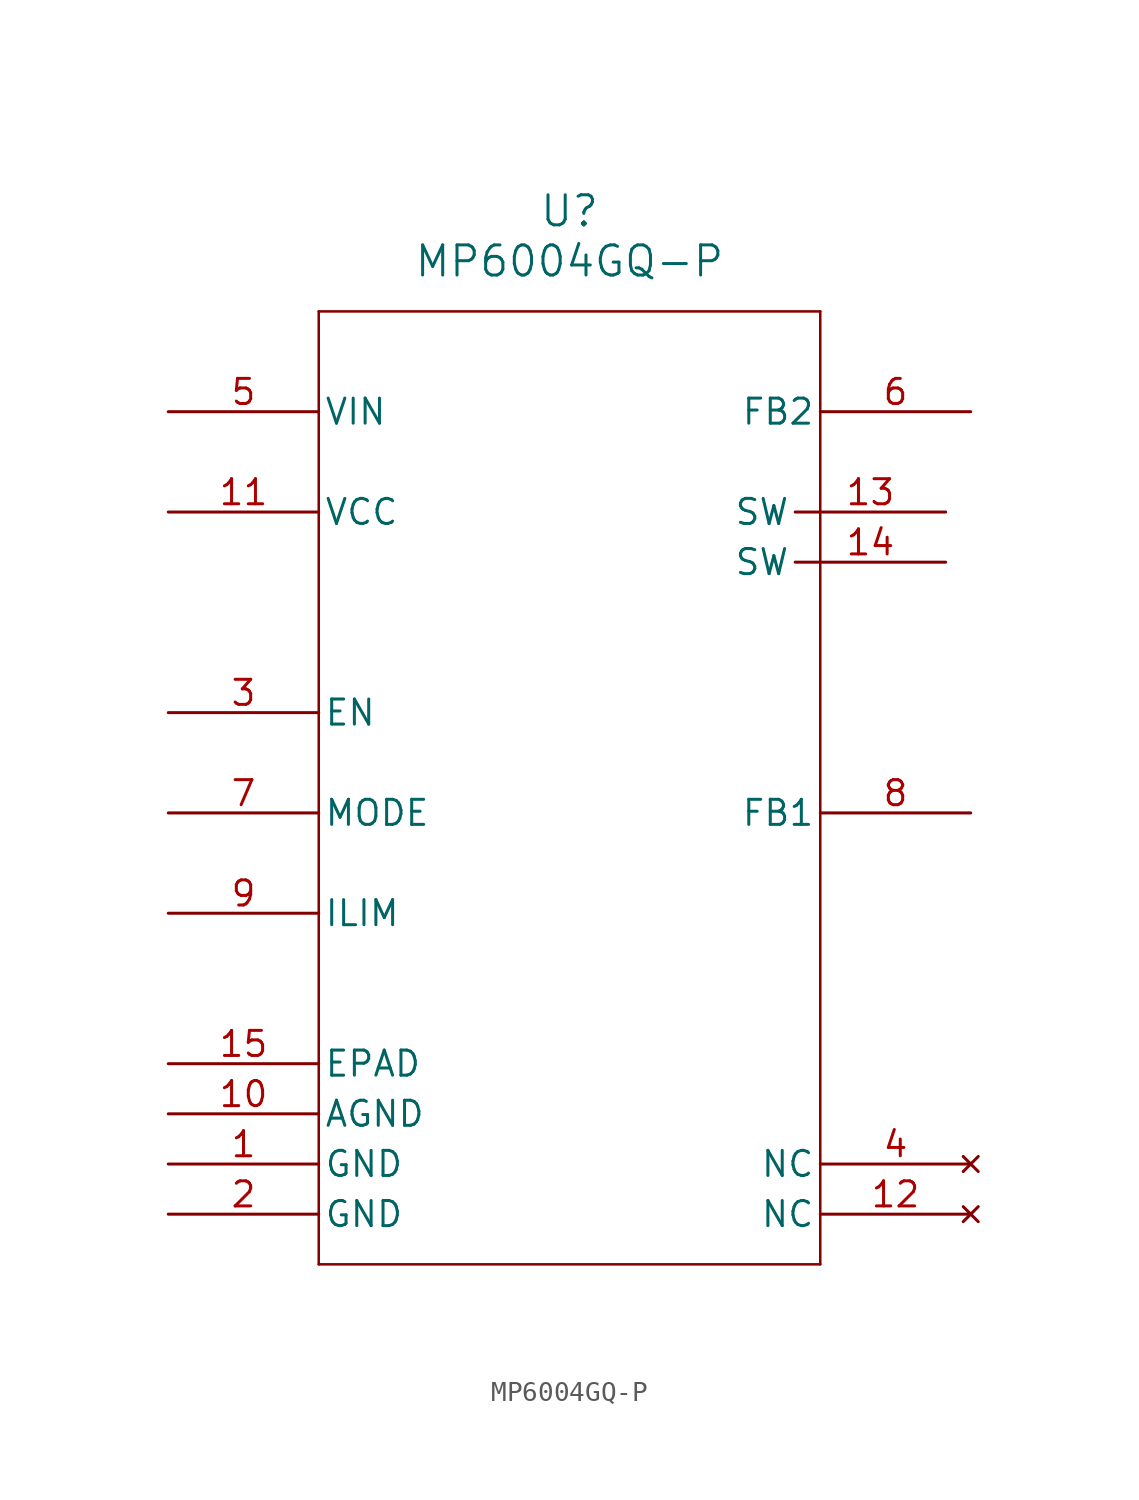
<source format=kicad_sym>
(kicad_symbol_lib
  (version 20241209)
  (generator "kicad_symbol_editor")
  (generator_version "9.0")
  (symbol "MP6004GQ-P"
    (pin_names
      (offset 0.254))
    (property "Reference" "U"
      (at 20.32 10.16 0)
      (effects (font (size 1.524 1.524))))
    (property "Value" "MP6004GQ-P"
      (at 20.32 7.62 0)
      (effects (font (size 1.524 1.524))))
    (symbol "MP6004GQ-P_0_1"
      (polyline (pts (xy 7.62 5.08) (xy 7.62 -43.18)) (stroke (width 0.127) (type default)) (fill (type none)))
      (polyline (pts (xy 7.62 -43.18) (xy 33.02 -43.18)) (stroke (width 0.127) (type default)) (fill (type none)))
      (polyline (pts (xy 33.02 5.08) (xy 7.62 5.08)) (stroke (width 0.127) (type default)) (fill (type none)))
      (polyline (pts (xy 33.02 -43.18) (xy 33.02 5.08)) (stroke (width 0.127) (type default)) (fill (type none)))
      (pin power_in line (at 0 0 0) (length 7.62) (name "VIN" (effects (font (size 1.27 1.27)))) (number "5" (effects (font (size 1.27 1.27)))))
      (pin power_in line (at 0 -5.08 0) (length 7.62) (name "VCC" (effects (font (size 1.27 1.27)))) (number "11" (effects (font (size 1.27 1.27)))))
      (pin input line (at 0 -15.24 0) (length 7.62) (name "EN" (effects (font (size 1.27 1.27)))) (number "3" (effects (font (size 1.27 1.27)))))
      (pin unspecified line (at 0 -20.32 0) (length 7.62) (name "MODE" (effects (font (size 1.27 1.27)))) (number "7" (effects (font (size 1.27 1.27)))))
      (pin unspecified line (at 0 -25.4 0) (length 7.62) (name "ILIM" (effects (font (size 1.27 1.27)))) (number "9" (effects (font (size 1.27 1.27)))))
      (pin power_in line (at 0 -33.02 0) (length 7.62) (name "EPAD" (effects (font (size 1.27 1.27)))) (number "15" (effects (font (size 1.27 1.27)))))
      (pin power_in line (at 0 -35.56 0) (length 7.62) (name "AGND" (effects (font (size 1.27 1.27)))) (number "10" (effects (font (size 1.27 1.27)))))
      (pin power_in line (at 0 -38.1 0) (length 7.62) (name "GND" (effects (font (size 1.27 1.27)))) (number "1" (effects (font (size 1.27 1.27)))))
      (pin power_in line (at 0 -40.64 0) (length 7.62) (name "GND" (effects (font (size 1.27 1.27)))) (number "2" (effects (font (size 1.27 1.27)))))
      (pin output line (at 39.37 -5.08 180) (length 7.62) (name "SW" (effects (font (size 1.27 1.27)))) (number "13" (effects (font (size 1.27 1.27)))))
      (pin output line (at 39.37 -7.62 180) (length 7.62) (name "SW" (effects (font (size 1.27 1.27)))) (number "14" (effects (font (size 1.27 1.27)))))
      (pin unspecified line (at 40.64 0 180) (length 7.62) (name "FB2" (effects (font (size 1.27 1.27)))) (number "6" (effects (font (size 1.27 1.27)))))
      (pin unspecified line (at 40.64 -20.32 180) (length 7.62) (name "FB1" (effects (font (size 1.27 1.27)))) (number "8" (effects (font (size 1.27 1.27)))))
      (pin no_connect line (at 40.64 -38.1 180) (length 7.62) (name "NC" (effects (font (size 1.27 1.27)))) (number "4" (effects (font (size 1.27 1.27)))))
      (pin no_connect line (at 40.64 -40.64 180) (length 7.62) (name "NC" (effects (font (size 1.27 1.27)))) (number "12" (effects (font (size 1.27 1.27))))))))
</source>
